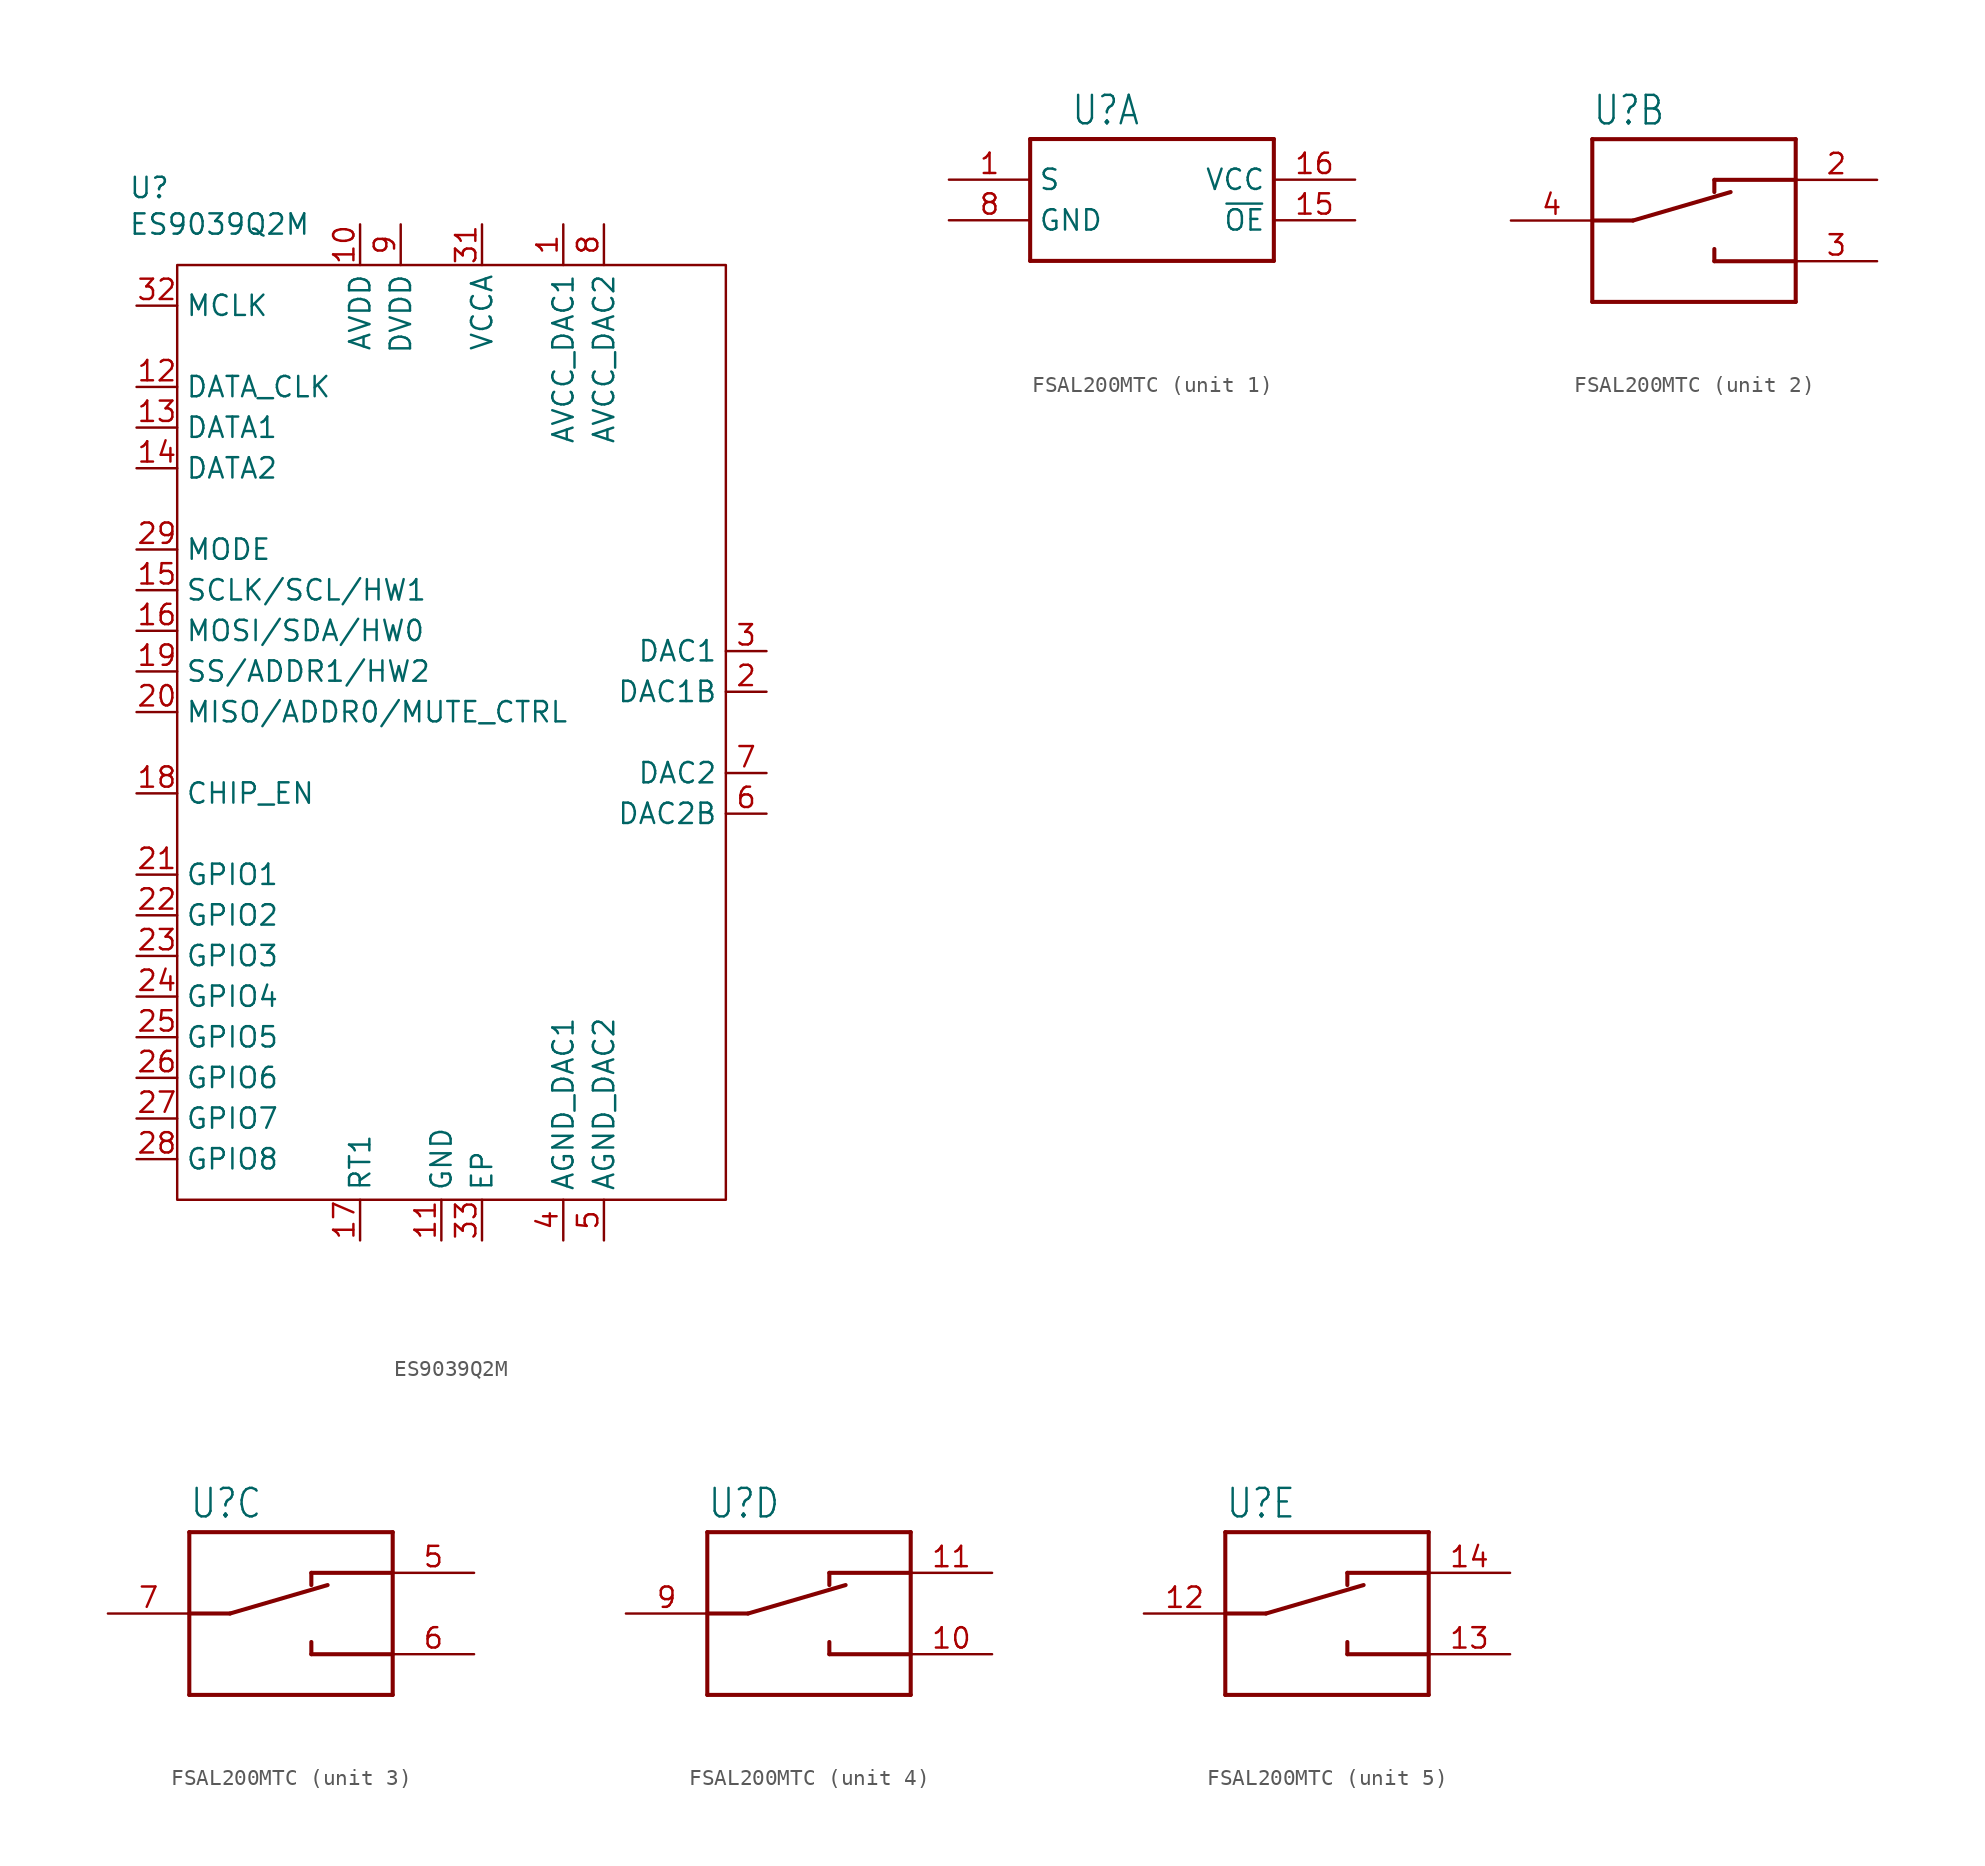
<source format=kicad_sym>
(kicad_symbol_lib
  (version 20231120)
  (generator "kicad_symbol_editor")
  (generator_version "8.0")
  (symbol "ES9039Q2M"
    (property "Reference" "U"
      (at -22.098 34.036 0)
      (effects (font (size 1.27 1.27)) (justify left)))
    (property "Value" "ES9039Q2M"
      (at -22.098 31.75 0)
      (effects (font (size 1.27 1.27)) (justify left)))
    (symbol "ES9039Q2M_0_0"
      (pin power_in line (at 5.08 31.75 270) (length 2.54) (name "AVCC_DAC1" (effects (font (size 1.27 1.27)))) (number "1" (effects (font (size 1.27 1.27)))))
      (pin power_in line (at -7.62 31.75 270) (length 2.54) (name "AVDD" (effects (font (size 1.27 1.27)))) (number "10" (effects (font (size 1.27 1.27)))))
      (pin power_in line (at -2.54 -31.75 90) (length 2.54) (name "GND" (effects (font (size 1.27 1.27)))) (number "11" (effects (font (size 1.27 1.27)))))
      (pin bidirectional line (at -21.59 21.59 0) (length 2.54) (name "DATA_CLK" (effects (font (size 1.27 1.27)))) (number "12" (effects (font (size 1.27 1.27)))))
      (pin bidirectional line (at -21.59 19.05 0) (length 2.54) (name "DATA1" (effects (font (size 1.27 1.27)))) (number "13" (effects (font (size 1.27 1.27)))))
      (pin input line (at -21.59 16.51 0) (length 2.54) (name "DATA2" (effects (font (size 1.27 1.27)))) (number "14" (effects (font (size 1.27 1.27)))))
      (pin input line (at -21.59 8.89 0) (length 2.54) (name "SCLK/SCL/HW1" (effects (font (size 1.27 1.27)))) (number "15" (effects (font (size 1.27 1.27)))))
      (pin input line (at -21.59 6.35 0) (length 2.54) (name "MOSI/SDA/HW0" (effects (font (size 1.27 1.27)))) (number "16" (effects (font (size 1.27 1.27)))))
      (pin input line (at -7.62 -31.75 90) (length 2.54) (name "RT1" (effects (font (size 1.27 1.27)))) (number "17" (effects (font (size 1.27 1.27)))))
      (pin input line (at -21.59 -3.81 0) (length 2.54) (name "CHIP_EN" (effects (font (size 1.27 1.27)))) (number "18" (effects (font (size 1.27 1.27)))))
      (pin input line (at -21.59 3.81 0) (length 2.54) (name "SS/ADDR1/HW2" (effects (font (size 1.27 1.27)))) (number "19" (effects (font (size 1.27 1.27)))))
      (pin output line (at 17.78 2.54 180) (length 2.54) (name "DAC1B" (effects (font (size 1.27 1.27)))) (number "2" (effects (font (size 1.27 1.27)))))
      (pin input line (at -21.59 1.27 0) (length 2.54) (name "MISO/ADDR0/MUTE_CTRL" (effects (font (size 1.27 1.27)))) (number "20" (effects (font (size 1.27 1.27)))))
      (pin bidirectional line (at -21.59 -8.89 0) (length 2.54) (name "GPIO1" (effects (font (size 1.27 1.27)))) (number "21" (effects (font (size 1.27 1.27)))))
      (pin bidirectional line (at -21.59 -11.43 0) (length 2.54) (name "GPIO2" (effects (font (size 1.27 1.27)))) (number "22" (effects (font (size 1.27 1.27)))))
      (pin bidirectional line (at -21.59 -13.97 0) (length 2.54) (name "GPIO3" (effects (font (size 1.27 1.27)))) (number "23" (effects (font (size 1.27 1.27)))))
      (pin bidirectional line (at -21.59 -16.51 0) (length 2.54) (name "GPIO4" (effects (font (size 1.27 1.27)))) (number "24" (effects (font (size 1.27 1.27)))))
      (pin bidirectional line (at -21.59 -19.05 0) (length 2.54) (name "GPIO5" (effects (font (size 1.27 1.27)))) (number "25" (effects (font (size 1.27 1.27)))))
      (pin bidirectional line (at -21.59 -21.59 0) (length 2.54) (name "GPIO6" (effects (font (size 1.27 1.27)))) (number "26" (effects (font (size 1.27 1.27)))))
      (pin bidirectional line (at -21.59 -24.13 0) (length 2.54) (name "GPIO7" (effects (font (size 1.27 1.27)))) (number "27" (effects (font (size 1.27 1.27)))))
      (pin bidirectional line (at -21.59 -26.67 0) (length 2.54) (name "GPIO8" (effects (font (size 1.27 1.27)))) (number "28" (effects (font (size 1.27 1.27)))))
      (pin input line (at -21.59 11.43 0) (length 2.54) (name "MODE" (effects (font (size 1.27 1.27)))) (number "29" (effects (font (size 1.27 1.27)))))
      (pin output line (at 17.78 5.08 180) (length 2.54) (name "DAC1" (effects (font (size 1.27 1.27)))) (number "3" (effects (font (size 1.27 1.27)))))
      (pin passive line (at -2.54 -31.75 90) (length 2.54) hide (name "GND" (effects (font (size 1.27 1.27)))) (number "30" (effects (font (size 1.27 1.27)))))
      (pin power_in line (at 0 31.75 270) (length 2.54) (name "VCCA" (effects (font (size 1.27 1.27)))) (number "31" (effects (font (size 1.27 1.27)))))
      (pin input line (at -21.59 26.67 0) (length 2.54) (name "MCLK" (effects (font (size 1.27 1.27)))) (number "32" (effects (font (size 1.27 1.27)))))
      (pin passive line (at 0 -31.75 90) (length 2.54) (name "EP" (effects (font (size 1.27 1.27)))) (number "33" (effects (font (size 1.27 1.27)))))
      (pin power_in line (at 5.08 -31.75 90) (length 2.54) (name "AGND_DAC1" (effects (font (size 1.27 1.27)))) (number "4" (effects (font (size 1.27 1.27)))))
      (pin power_in line (at 7.62 -31.75 90) (length 2.54) (name "AGND_DAC2" (effects (font (size 1.27 1.27)))) (number "5" (effects (font (size 1.27 1.27)))))
      (pin output line (at 17.78 -5.08 180) (length 2.54) (name "DAC2B" (effects (font (size 1.27 1.27)))) (number "6" (effects (font (size 1.27 1.27)))))
      (pin output line (at 17.78 -2.54 180) (length 2.54) (name "DAC2" (effects (font (size 1.27 1.27)))) (number "7" (effects (font (size 1.27 1.27)))))
      (pin power_in line (at 7.62 31.75 270) (length 2.54) (name "AVCC_DAC2" (effects (font (size 1.27 1.27)))) (number "8" (effects (font (size 1.27 1.27)))))
      (pin passive line (at -5.08 31.75 270) (length 2.54) (name "DVDD" (effects (font (size 1.27 1.27)))) (number "9" (effects (font (size 1.27 1.27))))))
    (symbol "ES9039Q2M_0_1"
      (rectangle (start -19.05 29.21) (end 15.24 -29.21) (stroke (width 0) (type default)) (fill (type none)))))
  (symbol "FSAL200MTC"
    (property "Reference" "U"
      (at -5.08 5.842 0)
      (effects (font (size 1.778 1.511)) (justify left bottom)))
    (property "Value" ""
      (at -5.08 -7.62 0)
      (effects (font (size 1.778 1.511)) (justify left bottom)))
    (property "ki_locked" ""
      (at 0 0 0)
      (effects (font (size 1.27 1.27))))
    (symbol "FSAL200MTC_1_0"
      (polyline (pts (xy -7.62 -2.54) (xy 7.62 -2.54)) (stroke (width 0.254) (type solid)) (fill (type none)))
      (polyline (pts (xy -7.62 5.08) (xy -7.62 -2.54)) (stroke (width 0.254) (type solid)) (fill (type none)))
      (polyline (pts (xy 7.62 -2.54) (xy 7.62 5.08)) (stroke (width 0.254) (type solid)) (fill (type none)))
      (polyline (pts (xy 7.62 5.08) (xy -7.62 5.08)) (stroke (width 0.254) (type solid)) (fill (type none)))
      (pin bidirectional line (at -12.7 2.54 0) (length 5.08) (name "S" (effects (font (size 1.27 1.27)))) (number "1" (effects (font (size 1.27 1.27)))))
      (pin bidirectional line (at 12.7 0 180) (length 5.08) (name "~{OE}" (effects (font (size 1.27 1.27)))) (number "15" (effects (font (size 1.27 1.27)))))
      (pin bidirectional line (at 12.7 2.54 180) (length 5.08) (name "VCC" (effects (font (size 1.27 1.27)))) (number "16" (effects (font (size 1.27 1.27)))))
      (pin bidirectional line (at -12.7 0 0) (length 5.08) (name "GND" (effects (font (size 1.27 1.27)))) (number "8" (effects (font (size 1.27 1.27))))))
    (symbol "FSAL200MTC_2_0"
      (polyline (pts (xy -5.08 -5.08) (xy 7.62 -5.08)) (stroke (width 0.254) (type solid)) (fill (type none)))
      (polyline (pts (xy -5.08 5.08) (xy -5.08 -5.08)) (stroke (width 0.254) (type solid)) (fill (type none)))
      (polyline (pts (xy -2.54 0) (xy -5.08 0)) (stroke (width 0.254) (type solid)) (fill (type none)))
      (polyline (pts (xy -2.54 0) (xy 3.556 1.778)) (stroke (width 0.254) (type solid)) (fill (type none)))
      (polyline (pts (xy 2.54 -2.54) (xy 2.54 -1.778)) (stroke (width 0.254) (type solid)) (fill (type none)))
      (polyline (pts (xy 2.54 2.54) (xy 2.54 1.778)) (stroke (width 0.254) (type solid)) (fill (type none)))
      (polyline (pts (xy 7.62 -5.08) (xy 7.62 5.08)) (stroke (width 0.254) (type solid)) (fill (type none)))
      (polyline (pts (xy 7.62 -2.54) (xy 2.54 -2.54)) (stroke (width 0.254) (type solid)) (fill (type none)))
      (polyline (pts (xy 7.62 2.54) (xy 2.54 2.54)) (stroke (width 0.254) (type solid)) (fill (type none)))
      (polyline (pts (xy 7.62 5.08) (xy -5.08 5.08)) (stroke (width 0.254) (type solid)) (fill (type none)))
      (pin bidirectional line (at 12.7 2.54 180) (length 5.08) (name "B1" (effects (font (size 0 0)))) (number "2" (effects (font (size 1.27 1.27)))))
      (pin bidirectional line (at 12.7 -2.54 180) (length 5.08) (name "B2" (effects (font (size 0 0)))) (number "3" (effects (font (size 1.27 1.27)))))
      (pin bidirectional line (at -10.16 0 0) (length 5.08) (name "A" (effects (font (size 0 0)))) (number "4" (effects (font (size 1.27 1.27))))))
    (symbol "FSAL200MTC_3_0"
      (polyline (pts (xy -5.08 -5.08) (xy 7.62 -5.08)) (stroke (width 0.254) (type solid)) (fill (type none)))
      (polyline (pts (xy -5.08 5.08) (xy -5.08 -5.08)) (stroke (width 0.254) (type solid)) (fill (type none)))
      (polyline (pts (xy -2.54 0) (xy -5.08 0)) (stroke (width 0.254) (type solid)) (fill (type none)))
      (polyline (pts (xy -2.54 0) (xy 3.556 1.778)) (stroke (width 0.254) (type solid)) (fill (type none)))
      (polyline (pts (xy 2.54 -2.54) (xy 2.54 -1.778)) (stroke (width 0.254) (type solid)) (fill (type none)))
      (polyline (pts (xy 2.54 2.54) (xy 2.54 1.778)) (stroke (width 0.254) (type solid)) (fill (type none)))
      (polyline (pts (xy 7.62 -5.08) (xy 7.62 5.08)) (stroke (width 0.254) (type solid)) (fill (type none)))
      (polyline (pts (xy 7.62 -2.54) (xy 2.54 -2.54)) (stroke (width 0.254) (type solid)) (fill (type none)))
      (polyline (pts (xy 7.62 2.54) (xy 2.54 2.54)) (stroke (width 0.254) (type solid)) (fill (type none)))
      (polyline (pts (xy 7.62 5.08) (xy -5.08 5.08)) (stroke (width 0.254) (type solid)) (fill (type none)))
      (pin bidirectional line (at 12.7 2.54 180) (length 5.08) (name "B1" (effects (font (size 0 0)))) (number "5" (effects (font (size 1.27 1.27)))))
      (pin bidirectional line (at 12.7 -2.54 180) (length 5.08) (name "B2" (effects (font (size 0 0)))) (number "6" (effects (font (size 1.27 1.27)))))
      (pin bidirectional line (at -10.16 0 0) (length 5.08) (name "A" (effects (font (size 0 0)))) (number "7" (effects (font (size 1.27 1.27))))))
    (symbol "FSAL200MTC_4_0"
      (polyline (pts (xy -5.08 -5.08) (xy 7.62 -5.08)) (stroke (width 0.254) (type solid)) (fill (type none)))
      (polyline (pts (xy -5.08 5.08) (xy -5.08 -5.08)) (stroke (width 0.254) (type solid)) (fill (type none)))
      (polyline (pts (xy -2.54 0) (xy -5.08 0)) (stroke (width 0.254) (type solid)) (fill (type none)))
      (polyline (pts (xy -2.54 0) (xy 3.556 1.778)) (stroke (width 0.254) (type solid)) (fill (type none)))
      (polyline (pts (xy 2.54 -2.54) (xy 2.54 -1.778)) (stroke (width 0.254) (type solid)) (fill (type none)))
      (polyline (pts (xy 2.54 2.54) (xy 2.54 1.778)) (stroke (width 0.254) (type solid)) (fill (type none)))
      (polyline (pts (xy 7.62 -5.08) (xy 7.62 5.08)) (stroke (width 0.254) (type solid)) (fill (type none)))
      (polyline (pts (xy 7.62 -2.54) (xy 2.54 -2.54)) (stroke (width 0.254) (type solid)) (fill (type none)))
      (polyline (pts (xy 7.62 2.54) (xy 2.54 2.54)) (stroke (width 0.254) (type solid)) (fill (type none)))
      (polyline (pts (xy 7.62 5.08) (xy -5.08 5.08)) (stroke (width 0.254) (type solid)) (fill (type none)))
      (pin bidirectional line (at 12.7 -2.54 180) (length 5.08) (name "B2" (effects (font (size 0 0)))) (number "10" (effects (font (size 1.27 1.27)))))
      (pin bidirectional line (at 12.7 2.54 180) (length 5.08) (name "B1" (effects (font (size 0 0)))) (number "11" (effects (font (size 1.27 1.27)))))
      (pin bidirectional line (at -10.16 0 0) (length 5.08) (name "A" (effects (font (size 0 0)))) (number "9" (effects (font (size 1.27 1.27))))))
    (symbol "FSAL200MTC_5_0"
      (polyline (pts (xy -5.08 -5.08) (xy 7.62 -5.08)) (stroke (width 0.254) (type solid)) (fill (type none)))
      (polyline (pts (xy -5.08 5.08) (xy -5.08 -5.08)) (stroke (width 0.254) (type solid)) (fill (type none)))
      (polyline (pts (xy -2.54 0) (xy -5.08 0)) (stroke (width 0.254) (type solid)) (fill (type none)))
      (polyline (pts (xy -2.54 0) (xy 3.556 1.778)) (stroke (width 0.254) (type solid)) (fill (type none)))
      (polyline (pts (xy 2.54 -2.54) (xy 2.54 -1.778)) (stroke (width 0.254) (type solid)) (fill (type none)))
      (polyline (pts (xy 2.54 2.54) (xy 2.54 1.778)) (stroke (width 0.254) (type solid)) (fill (type none)))
      (polyline (pts (xy 7.62 -5.08) (xy 7.62 5.08)) (stroke (width 0.254) (type solid)) (fill (type none)))
      (polyline (pts (xy 7.62 -2.54) (xy 2.54 -2.54)) (stroke (width 0.254) (type solid)) (fill (type none)))
      (polyline (pts (xy 7.62 2.54) (xy 2.54 2.54)) (stroke (width 0.254) (type solid)) (fill (type none)))
      (polyline (pts (xy 7.62 5.08) (xy -5.08 5.08)) (stroke (width 0.254) (type solid)) (fill (type none)))
      (pin bidirectional line (at -10.16 0 0) (length 5.08) (name "A" (effects (font (size 0 0)))) (number "12" (effects (font (size 1.27 1.27)))))
      (pin bidirectional line (at 12.7 -2.54 180) (length 5.08) (name "B2" (effects (font (size 0 0)))) (number "13" (effects (font (size 1.27 1.27)))))
      (pin bidirectional line (at 12.7 2.54 180) (length 5.08) (name "B1" (effects (font (size 0 0)))) (number "14" (effects (font (size 1.27 1.27))))))))
</source>
